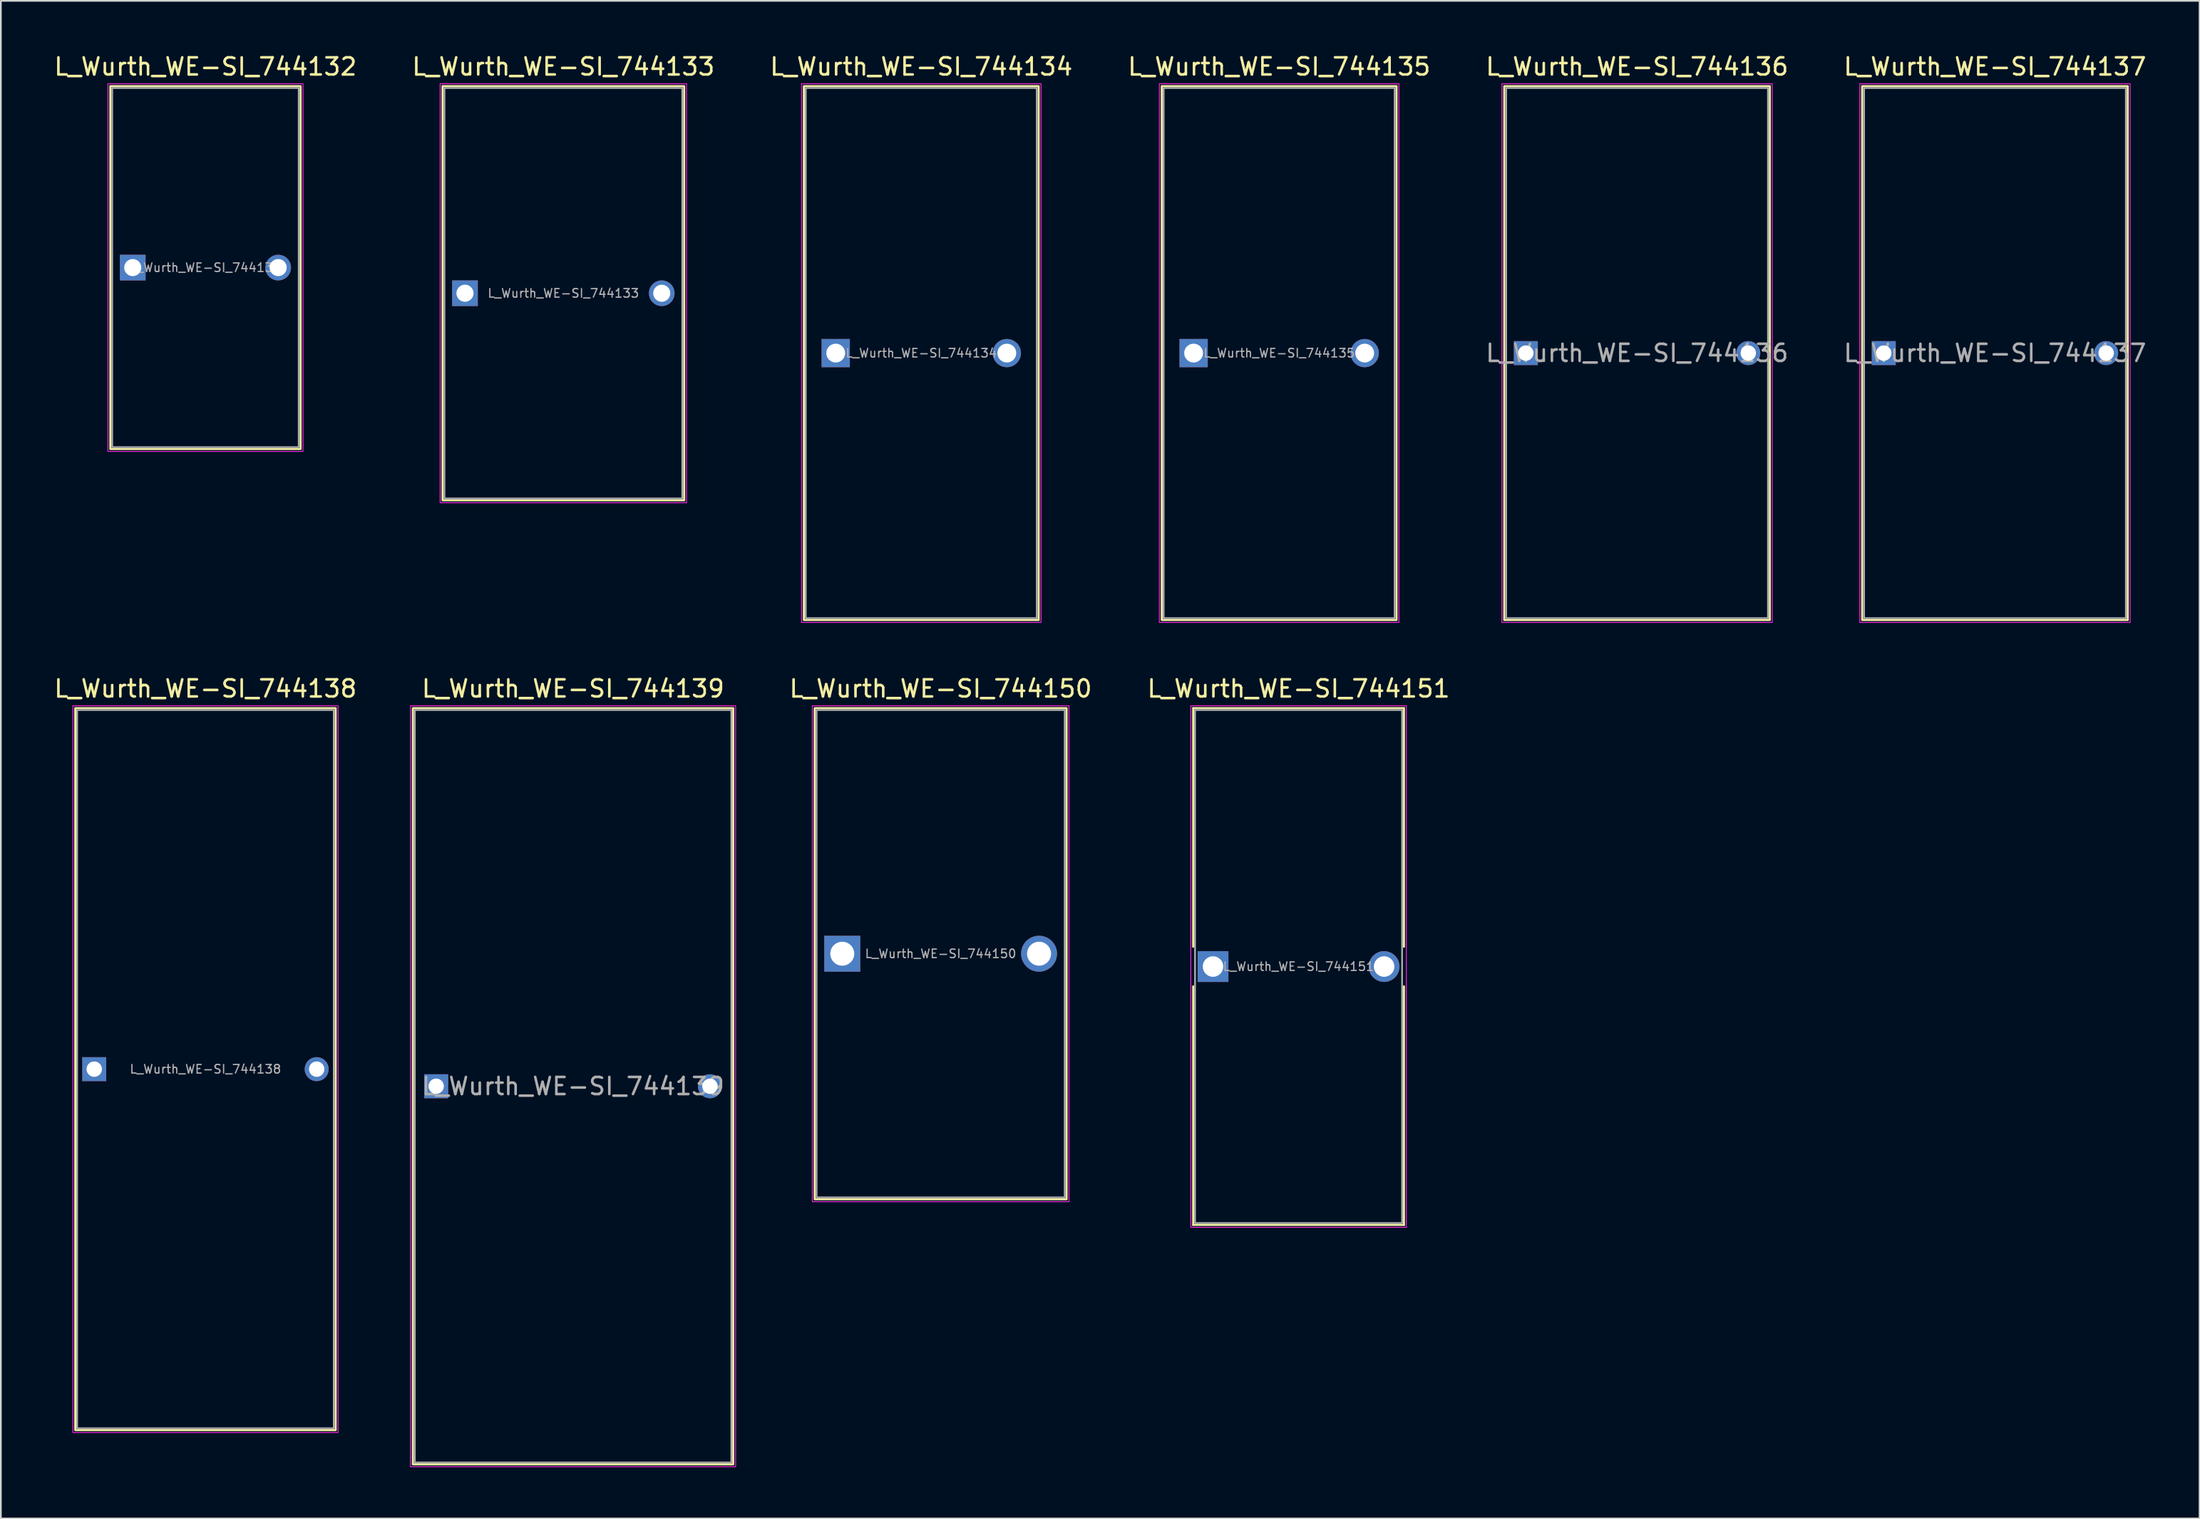
<source format=kicad_pcb>
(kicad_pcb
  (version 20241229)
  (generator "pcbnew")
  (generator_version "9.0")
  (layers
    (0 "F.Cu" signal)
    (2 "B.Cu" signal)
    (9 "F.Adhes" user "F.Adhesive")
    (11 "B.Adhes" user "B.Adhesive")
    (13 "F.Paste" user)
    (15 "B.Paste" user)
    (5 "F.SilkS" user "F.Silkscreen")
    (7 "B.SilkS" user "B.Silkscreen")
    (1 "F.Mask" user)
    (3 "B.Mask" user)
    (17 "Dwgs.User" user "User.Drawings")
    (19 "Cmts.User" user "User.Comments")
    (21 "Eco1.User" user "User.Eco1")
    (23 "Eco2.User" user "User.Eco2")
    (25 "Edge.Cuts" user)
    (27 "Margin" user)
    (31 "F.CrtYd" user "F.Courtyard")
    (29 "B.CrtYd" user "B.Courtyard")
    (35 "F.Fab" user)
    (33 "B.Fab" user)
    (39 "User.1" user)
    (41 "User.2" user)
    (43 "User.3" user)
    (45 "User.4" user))
  (footprint "L_Wurth_WE-SI_744136"
    (layer "F.Cu")
    (at 86.125 17.598)
    (property "Reference" "L_Wurth_WE-SI_744136" (at 6.5 -16.75 0) (unlocked yes) (layer "F.SilkS") (effects (font (size 1 1) (thickness 0.15))))
    (attr through_hole)
    (fp_rect (start -1.26 -15.61) (end 14.26 15.61) (stroke (width 0.12) (type solid)) (fill no) (layer "F.SilkS"))
    (fp_rect (start -1.4 -15.75) (end 14.4 15.75) (stroke (width 0.05) (type solid)) (fill no) (layer "F.CrtYd"))
    (fp_rect (start -1.15 -15.5) (end 14.15 15.5) (stroke (width 0.1) (type solid)) (fill no) (layer "F.Fab"))
    (fp_text user "${REFERENCE}" (at 6.5 0 0) (unlocked yes) (layer "F.Fab") (effects (font (size 1 1) (thickness 0.15))))
    (pad "1" thru_hole rect (at 0 0) (size 1.4 1.4) (drill 0.9) (layers "*.Cu" "*.Mask"))
    (pad "2" thru_hole circle (at 13 0) (size 1.4 1.4) (drill 0.9) (layers "*.Cu" "*.Mask")))
  (footprint "L_Wurth_WE-SI_744137"
    (layer "F.Cu")
    (at 107.042 17.598)
    (property "Reference" "L_Wurth_WE-SI_744137" (at 6.5 -16.75 0) (unlocked yes) (layer "F.SilkS") (effects (font (size 1 1) (thickness 0.15))))
    (attr through_hole)
    (fp_rect (start -1.26 -15.61) (end 14.26 15.61) (stroke (width 0.12) (type solid)) (fill no) (layer "F.SilkS"))
    (fp_rect (start -1.4 -15.75) (end 14.4 15.75) (stroke (width 0.05) (type solid)) (fill no) (layer "F.CrtYd"))
    (fp_rect (start -1.15 -15.5) (end 14.15 15.5) (stroke (width 0.1) (type solid)) (fill no) (layer "F.Fab"))
    (fp_text user "${REFERENCE}" (at 6.5 0 0) (unlocked yes) (layer "F.Fab") (effects (font (size 1 1) (thickness 0.15))))
    (pad "1" thru_hole rect (at 0 0) (size 1.4 1.4) (drill 0.9) (layers "*.Cu" "*.Mask"))
    (pad "2" thru_hole circle (at 13 0) (size 1.4 1.4) (drill 0.9) (layers "*.Cu" "*.Mask")))
  (footprint "L_Wurth_WE-SI_744150"
    (layer "F.Cu")
    (at 46.175 52.721)
    (property "Reference" "L_Wurth_WE-SI_744150" (at 5.75 -15.5 0) (unlocked yes) (layer "F.SilkS") (effects (font (size 1 1) (thickness 0.15))))
    (attr through_hole)
    (fp_rect (start -1.61 -14.36) (end 13.11 14.36) (stroke (width 0.12) (type solid)) (fill no) (layer "F.SilkS"))
    (fp_rect (start -1.75 -14.5) (end 13.25 14.5) (stroke (width 0.05) (type solid)) (fill no) (layer "F.CrtYd"))
    (fp_rect (start -1.5 -14.25) (end 13 14.25) (stroke (width 0.1) (type solid)) (fill no) (layer "F.Fab"))
    (fp_text user "${REFERENCE}" (at 5.75 0 0) (unlocked yes) (layer "F.Fab") (effects (font (size 0.5 0.5) (thickness 0.075))))
    (pad "1" thru_hole rect (at 0 0) (size 2.1 2.1) (drill 1.4) (layers "*.Cu" "*.Mask"))
    (pad "2" thru_hole circle (at 11.5 0) (size 2.1 2.1) (drill 1.4) (layers "*.Cu" "*.Mask")))
  (footprint "L_Wurth_WE-SI_744133"
    (layer "F.Cu")
    (at 24.125 14.098)
    (property "Reference" "L_Wurth_WE-SI_744133" (at 5.75 -13.25 0) (unlocked yes) (layer "F.SilkS") (effects (font (size 1 1) (thickness 0.15))))
    (attr through_hole)
    (fp_rect (start -1.31 -12.11) (end 12.81 12.11) (stroke (width 0.12) (type solid)) (fill no) (layer "F.SilkS"))
    (fp_rect (start -1.45 -12.25) (end 12.95 12.25) (stroke (width 0.05) (type solid)) (fill no) (layer "F.CrtYd"))
    (fp_rect (start -1.2 -12) (end 12.7 12) (stroke (width 0.1) (type solid)) (fill no) (layer "F.Fab"))
    (fp_text user "${REFERENCE}" (at 5.75 0 0) (unlocked yes) (layer "F.Fab") (effects (font (size 0.5 0.5) (thickness 0.075))))
    (pad "1" thru_hole rect (at 0 0) (size 1.5 1.5) (drill 1) (layers "*.Cu" "*.Mask"))
    (pad "2" thru_hole circle (at 11.5 0) (size 1.5 1.5) (drill 1) (layers "*.Cu" "*.Mask")))
  (footprint "L_Wurth_WE-SI_744132"
    (layer "F.Cu")
    (at 4.708 12.598)
    (property "Reference" "L_Wurth_WE-SI_744132" (at 4.25 -11.75 0) (unlocked yes) (layer "F.SilkS") (effects (font (size 1 1) (thickness 0.15))))
    (attr through_hole)
    (fp_rect (start -1.31 -10.61) (end 9.81 10.61) (stroke (width 0.12) (type solid)) (fill no) (layer "F.SilkS"))
    (fp_rect (start -1.45 -10.75) (end 9.95 10.75) (stroke (width 0.05) (type solid)) (fill no) (layer "F.CrtYd"))
    (fp_rect (start -1.2 -10.5) (end 9.7 10.5) (stroke (width 0.1) (type solid)) (fill no) (layer "F.Fab"))
    (fp_text user "${REFERENCE}" (at 4.25 0 0) (unlocked yes) (layer "F.Fab") (effects (font (size 0.5 0.5) (thickness 0.075))))
    (pad "1" thru_hole rect (at 0 0) (size 1.5 1.5) (drill 1) (layers "*.Cu" "*.Mask"))
    (pad "2" thru_hole circle (at 8.5 0) (size 1.5 1.5) (drill 1) (layers "*.Cu" "*.Mask")))
  (footprint "L_Wurth_WE-SI_744138"
    (layer "F.Cu")
    (at 2.458 59.471)
    (property "Reference" "L_Wurth_WE-SI_744138" (at 6.5 -22.25 0) (unlocked yes) (layer "F.SilkS") (effects (font (size 1 1) (thickness 0.15))))
    (attr through_hole)
    (fp_rect (start -1.11 -21.11) (end 14.11 21.11) (stroke (width 0.12) (type solid)) (fill no) (layer "F.SilkS"))
    (fp_rect (start -1.25 -21.25) (end 14.25 21.25) (stroke (width 0.05) (type solid)) (fill no) (layer "F.CrtYd"))
    (fp_rect (start -1 -21) (end 14 21) (stroke (width 0.1) (type solid)) (fill no) (layer "F.Fab"))
    (fp_text user "${REFERENCE}" (at 6.5 0 0) (unlocked yes) (layer "F.Fab") (effects (font (size 0.5 0.5) (thickness 0.075))))
    (pad "1" thru_hole rect (at 0 0) (size 1.4 1.4) (drill 0.9) (layers "*.Cu" "*.Mask"))
    (pad "2" thru_hole circle (at 13 0) (size 1.4 1.4) (drill 0.9) (layers "*.Cu" "*.Mask")))
  (footprint "L_Wurth_WE-SI_744134"
    (layer "F.Cu")
    (at 45.792 17.598)
    (property "Reference" "L_Wurth_WE-SI_744134" (at 5 -16.75 0) (unlocked yes) (layer "F.SilkS") (effects (font (size 1 1) (thickness 0.15))))
    (attr through_hole)
    (fp_rect (start -1.86 -15.61) (end 11.86 15.61) (stroke (width 0.12) (type solid)) (fill no) (layer "F.SilkS"))
    (fp_rect (start -2 -15.75) (end 12 15.75) (stroke (width 0.05) (type solid)) (fill no) (layer "F.CrtYd"))
    (fp_rect (start -1.75 -15.5) (end 11.75 15.5) (stroke (width 0.1) (type solid)) (fill no) (layer "F.Fab"))
    (fp_text user "${REFERENCE}" (at 5 0 0) (unlocked yes) (layer "F.Fab") (effects (font (size 0.5 0.5) (thickness 0.075))))
    (pad "1" thru_hole rect (at 0 0) (size 1.65 1.65) (drill 1.1) (layers "*.Cu" "*.Mask"))
    (pad "2" thru_hole circle (at 10 0) (size 1.65 1.65) (drill 1.1) (layers "*.Cu" "*.Mask")))
  (footprint "L_Wurth_WE-SI_744151"
    (layer "F.Cu")
    (at 67.842 53.471)
    (property "Reference" "L_Wurth_WE-SI_744151" (at 5 -16.25 0) (unlocked yes) (layer "F.SilkS") (effects (font (size 1 1) (thickness 0.15))))
    (attr through_hole)
    (fp_line (start -1.16 -15.11) (end -1.16 -1.16) (stroke (width 0.12) (type solid)) (layer "F.SilkS"))
    (fp_line (start -1.16 -15.11) (end 11.16 -15.11) (stroke (width 0.12) (type solid)) (layer "F.SilkS"))
    (fp_line (start -1.16 15.11) (end -1.16 1.16) (stroke (width 0.12) (type solid)) (layer "F.SilkS"))
    (fp_line (start -1.16 15.11) (end 11.16 15.11) (stroke (width 0.12) (type solid)) (layer "F.SilkS"))
    (fp_line (start 11.16 -15.11) (end 11.16 -1.16) (stroke (width 0.12) (type solid)) (layer "F.SilkS"))
    (fp_line (start 11.16 15.11) (end 11.16 1.16) (stroke (width 0.12) (type solid)) (layer "F.SilkS"))
    (fp_rect (start -1.3 -15.25) (end 11.3 15.25) (stroke (width 0.05) (type solid)) (fill no) (layer "F.CrtYd"))
    (fp_rect (start -1.05 -15) (end 11.05 15) (stroke (width 0.1) (type solid)) (fill no) (layer "F.Fab"))
    (fp_text user "${REFERENCE}" (at 5 0 0) (unlocked yes) (layer "F.Fab") (effects (font (size 0.5 0.5) (thickness 0.075))))
    (pad "1" thru_hole rect (at 0 0) (size 1.8 1.8) (drill 1.2) (layers "*.Cu" "*.Mask"))
    (pad "2" thru_hole circle (at 10 0) (size 1.8 1.8) (drill 1.2) (layers "*.Cu" "*.Mask")))
  (footprint "L_Wurth_WE-SI_744139"
    (layer "F.Cu")
    (at 22.442 60.471)
    (property "Reference" "L_Wurth_WE-SI_744139" (at 8 -23.25 0) (unlocked yes) (layer "F.SilkS") (effects (font (size 1 1) (thickness 0.15))))
    (attr through_hole)
    (fp_rect (start -1.36 -22.11) (end 17.36 22.11) (stroke (width 0.12) (type solid)) (fill no) (layer "F.SilkS"))
    (fp_rect (start -1.5 -22.25) (end 17.5 22.25) (stroke (width 0.05) (type solid)) (fill no) (layer "F.CrtYd"))
    (fp_rect (start -1.25 -22) (end 17.25 22) (stroke (width 0.1) (type solid)) (fill no) (layer "F.Fab"))
    (fp_text user "${REFERENCE}" (at 8 0 0) (unlocked yes) (layer "F.Fab") (effects (font (size 1 1) (thickness 0.15))))
    (pad "1" thru_hole rect (at 0 0) (size 1.4 1.4) (drill 0.9) (layers "*.Cu" "*.Mask"))
    (pad "2" thru_hole circle (at 16 0) (size 1.4 1.4) (drill 0.9) (layers "*.Cu" "*.Mask")))
  (footprint "L_Wurth_WE-SI_744135"
    (layer "F.Cu")
    (at 66.708 17.598)
    (property "Reference" "L_Wurth_WE-SI_744135" (at 5 -16.75 0) (unlocked yes) (layer "F.SilkS") (effects (font (size 1 1) (thickness 0.15))))
    (attr through_hole)
    (fp_rect (start -1.86 -15.61) (end 11.86 15.61) (stroke (width 0.12) (type solid)) (fill no) (layer "F.SilkS"))
    (fp_rect (start -2 -15.75) (end 12 15.75) (stroke (width 0.05) (type solid)) (fill no) (layer "F.CrtYd"))
    (fp_rect (start -1.75 -15.5) (end 11.75 15.5) (stroke (width 0.1) (type solid)) (fill no) (layer "F.Fab"))
    (fp_text user "${REFERENCE}" (at 5 0 0) (unlocked yes) (layer "F.Fab") (effects (font (size 0.5 0.5) (thickness 0.075))))
    (pad "1" thru_hole rect (at 0 0) (size 1.65 1.65) (drill 1.1) (layers "*.Cu" "*.Mask"))
    (pad "2" thru_hole circle (at 10 0) (size 1.65 1.65) (drill 1.1) (layers "*.Cu" "*.Mask")))
  (gr_rect
    (start -3 -3)
    (end 125.5 85.746)
    (stroke (width 0.1) (type default))
    (fill no)
    (layer "Edge.Cuts")))
</source>
